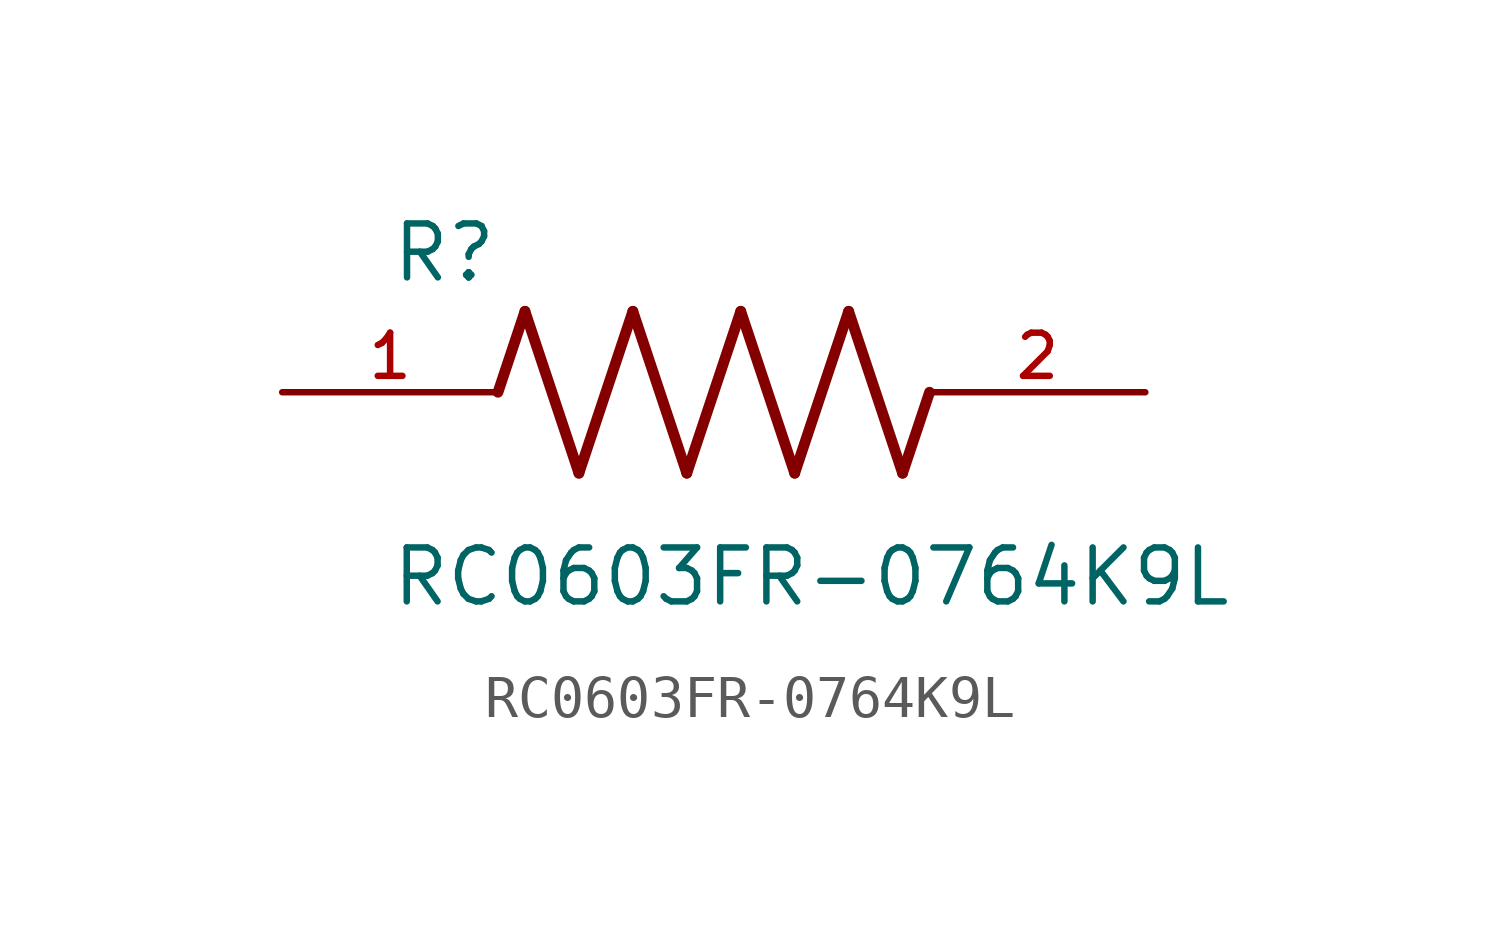
<source format=kicad_sym>
(kicad_symbol_lib
  (version 20211014)
  (generator kicad_symbol_editor)
  (symbol "RC0603FR-0764K9L"
    (pin_names
      (offset 1.016))
    (property "Reference" "R"
      (at -7.624 2.541 0)
      (effects (font (size 1.27 1.27)) (justify bottom left)))
    (property "Value" "RC0603FR-0764K9L"
      (at -7.63 -5.087 0)
      (effects (font (size 1.27 1.27)) (justify bottom left)))
    (symbol "RC0603FR-0764K9L_0_0"
      (polyline (pts (xy -5.08 0.0) (xy -4.445 1.905)) (stroke (width 0.254)))
      (polyline (pts (xy -4.445 1.905) (xy -3.175 -1.905)) (stroke (width 0.254)))
      (polyline (pts (xy -3.175 -1.905) (xy -1.905 1.905)) (stroke (width 0.254)))
      (polyline (pts (xy -1.905 1.905) (xy -0.635 -1.905)) (stroke (width 0.254)))
      (polyline (pts (xy -0.635 -1.905) (xy 0.635 1.905)) (stroke (width 0.254)))
      (polyline (pts (xy 0.635 1.905) (xy 1.905 -1.905)) (stroke (width 0.254)))
      (polyline (pts (xy 1.905 -1.905) (xy 3.175 1.905)) (stroke (width 0.254)))
      (polyline (pts (xy 3.175 1.905) (xy 4.445 -1.905)) (stroke (width 0.254)))
      (polyline (pts (xy 4.445 -1.905) (xy 5.08 0.0)) (stroke (width 0.254)))
      (pin passive line (at -10.16 0.0 0) (length 5.08) (name "~" (effects (font (size 1.016 1.016)))) (number "1" (effects (font (size 1.016 1.016)))))
      (pin passive line (at 10.16 0.0 180.0) (length 5.08) (name "~" (effects (font (size 1.016 1.016)))) (number "2" (effects (font (size 1.016 1.016))))))))
</source>
